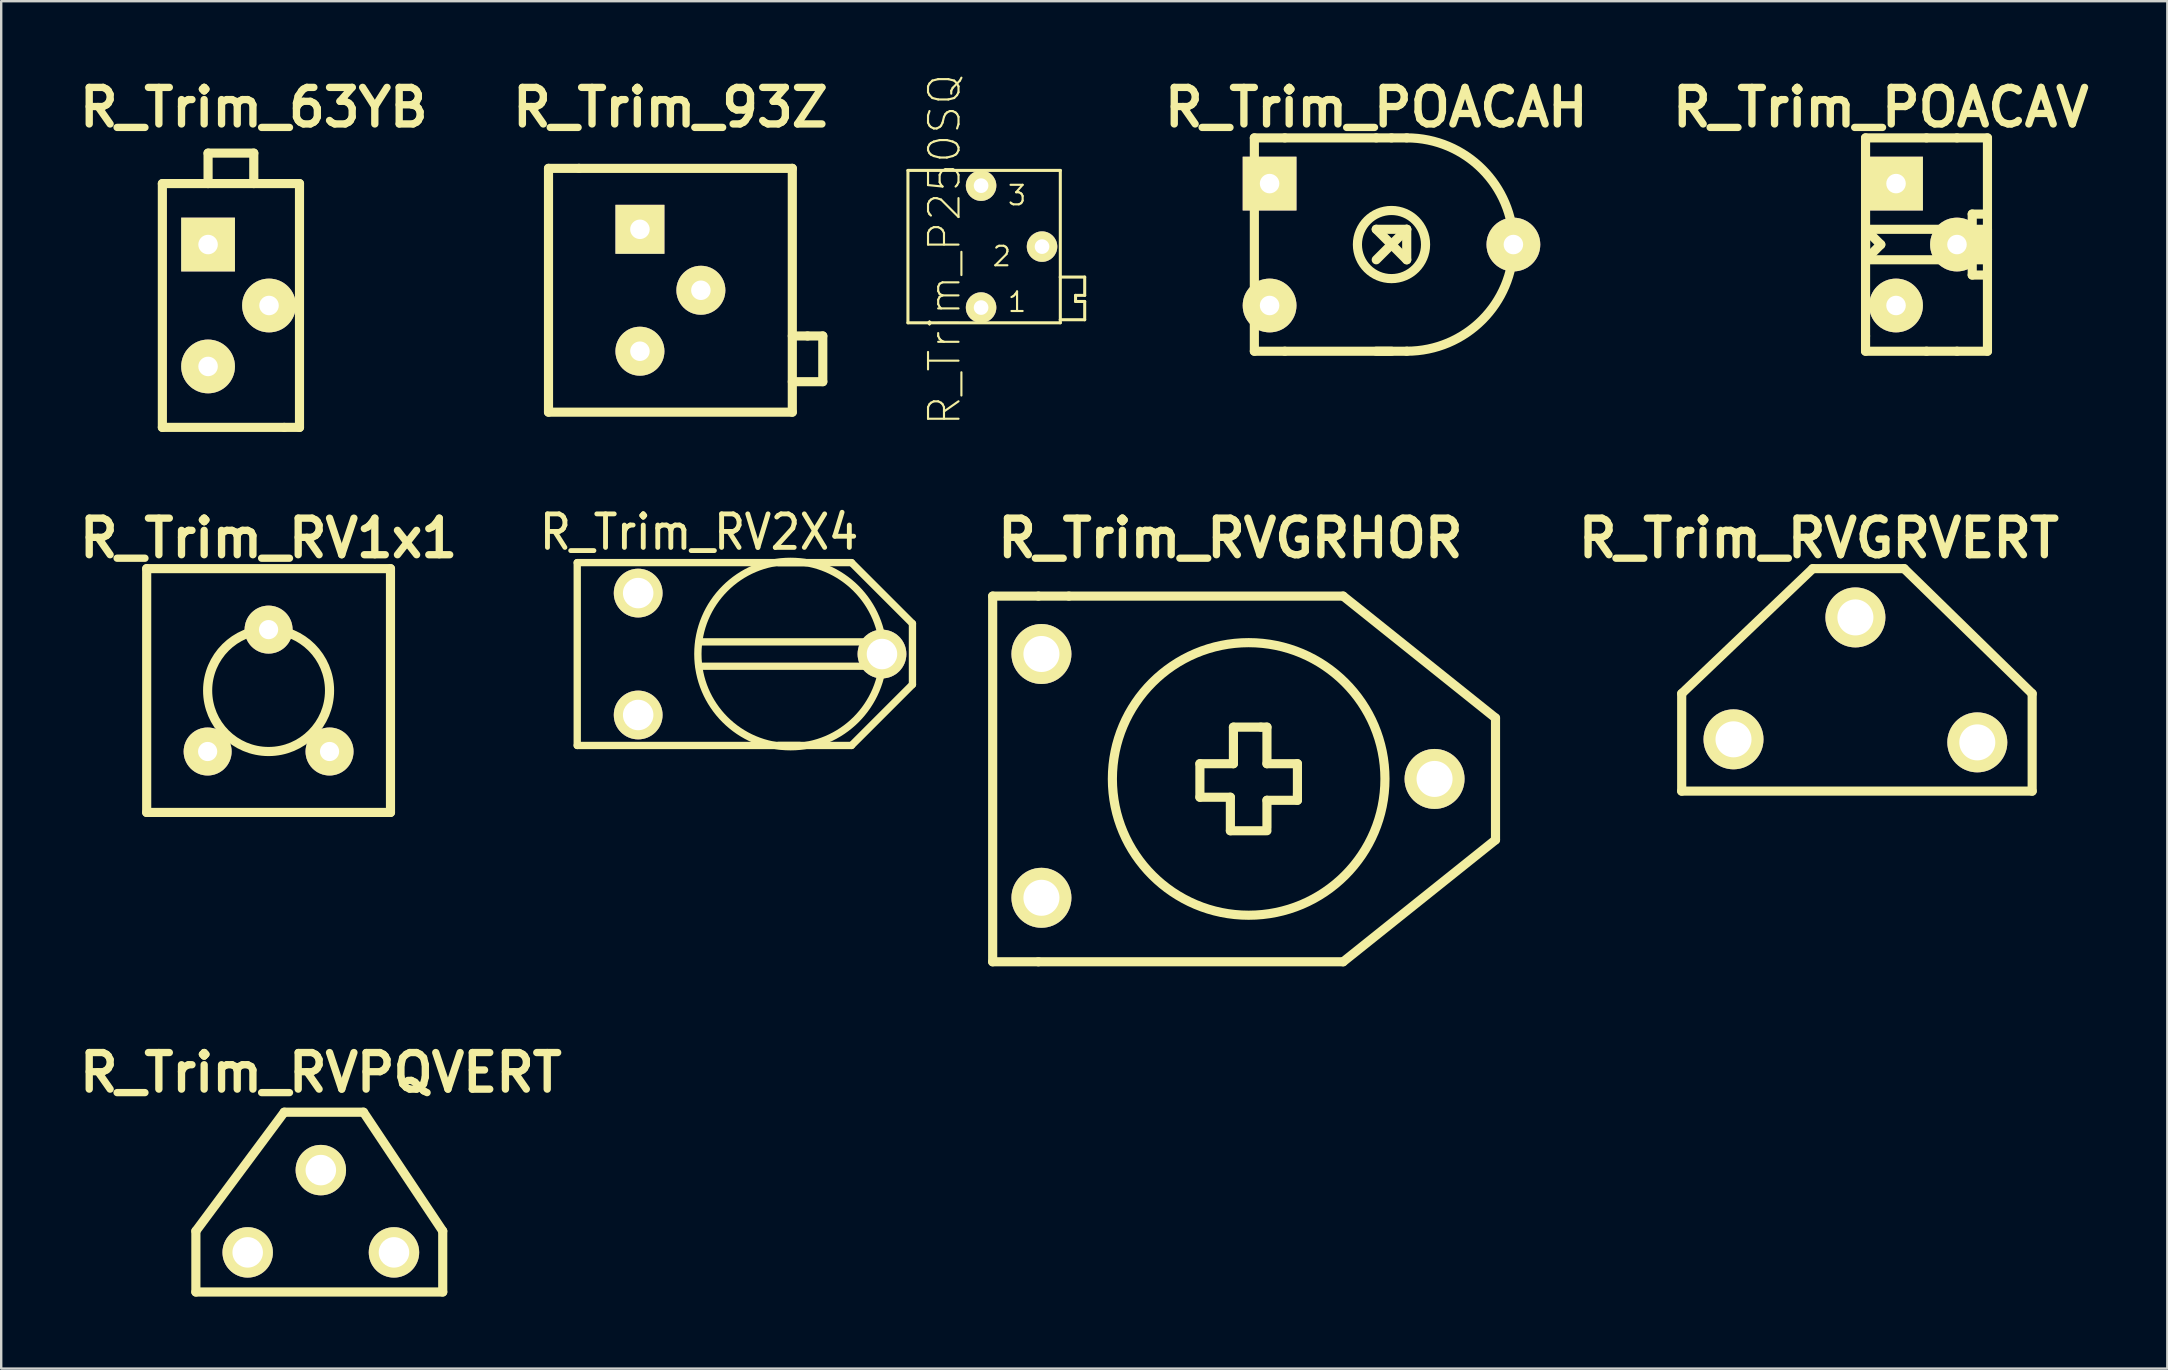
<source format=kicad_pcb>
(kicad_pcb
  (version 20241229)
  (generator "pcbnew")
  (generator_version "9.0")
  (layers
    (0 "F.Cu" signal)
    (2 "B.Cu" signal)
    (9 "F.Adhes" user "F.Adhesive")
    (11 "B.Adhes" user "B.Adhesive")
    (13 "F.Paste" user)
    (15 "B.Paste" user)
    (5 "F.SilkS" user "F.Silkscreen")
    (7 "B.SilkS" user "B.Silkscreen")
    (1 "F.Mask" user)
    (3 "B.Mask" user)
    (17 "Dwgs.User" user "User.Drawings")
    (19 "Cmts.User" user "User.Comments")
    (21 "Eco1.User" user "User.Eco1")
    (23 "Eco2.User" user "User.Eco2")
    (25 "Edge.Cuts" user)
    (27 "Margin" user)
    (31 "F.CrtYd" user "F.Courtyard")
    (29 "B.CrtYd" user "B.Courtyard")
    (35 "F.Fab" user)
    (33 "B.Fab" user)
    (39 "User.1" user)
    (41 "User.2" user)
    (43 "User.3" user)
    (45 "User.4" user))
  (footprint "R_Trim_RVPQVERT"
    (layer "F.Cu")
    (at 10.32 47.998)
    (property "Reference" "R_Trim_RVPQVERT" (at 0 -6.35 0) (layer "F.SilkS") (effects (font (size 1.524 1.524) (thickness 0.305))))
    (attr through_hole)
    (fp_line (start -5.207 0.254) (end -5.207 2.794) (stroke (width 0.381) (type solid)) (layer "F.SilkS"))
    (fp_line (start -5.207 2.794) (end 5.08 2.794) (stroke (width 0.381) (type solid)) (layer "F.SilkS"))
    (fp_line (start -1.524 -4.699) (end -5.207 0.254) (stroke (width 0.381) (type solid)) (layer "F.SilkS"))
    (fp_line (start 1.778 -4.699) (end -1.524 -4.699) (stroke (width 0.381) (type solid)) (layer "F.SilkS"))
    (fp_line (start 5.08 0.254) (end 1.778 -4.699) (stroke (width 0.381) (type solid)) (layer "F.SilkS"))
    (fp_line (start 5.08 2.794) (end 5.08 0.254) (stroke (width 0.381) (type solid)) (layer "F.SilkS"))
    (pad "1" thru_hole circle (at -3.048 1.143) (size 2.101 2.101) (drill 1.27) (layers "*.Cu" "*.Mask" "F.SilkS"))
    (pad "2" thru_hole circle (at 0 -2.286) (size 2.101 2.101) (drill 1.27) (layers "*.Cu" "*.Mask" "F.SilkS"))
    (pad "3" thru_hole circle (at 3.048 1.143) (size 2.101 2.101) (drill 1.27) (layers "*.Cu" "*.Mask" "F.SilkS")))
  (footprint "R_Trim_POACAH"
    (layer "F.Cu")
    (at 54.938 7.141)
    (property "Reference" "R_Trim_POACAH" (at -0.635 -5.715 0) (layer "F.SilkS") (effects (font (size 1.524 1.524) (thickness 0.305))))
    (attr through_hole)
    (fp_line (start -5.715 -4.445) (end -5.715 4.445) (stroke (width 0.381) (type solid)) (layer "F.SilkS"))
    (fp_line (start -5.715 4.445) (end -4.445 4.445) (stroke (width 0.381) (type solid)) (layer "F.SilkS"))
    (fp_line (start -4.445 -4.445) (end -5.715 -4.445) (stroke (width 0.381) (type solid)) (layer "F.SilkS"))
    (fp_line (start -4.445 -4.445) (end -0.635 -4.445) (stroke (width 0.381) (type solid)) (layer "F.SilkS"))
    (fp_line (start -4.445 4.445) (end 0 4.445) (stroke (width 0.381) (type solid)) (layer "F.SilkS"))
    (fp_line (start -0.635 -4.445) (end 0 -4.445) (stroke (width 0.381) (type solid)) (layer "F.SilkS"))
    (fp_line (start -0.635 -0.635) (end 0.635 -0.635) (stroke (width 0.381) (type solid)) (layer "F.SilkS"))
    (fp_line (start -0.635 -0.635) (end 0.635 0.635) (stroke (width 0.381) (type solid)) (layer "F.SilkS"))
    (fp_line (start -0.635 0.635) (end 0.635 -0.635) (stroke (width 0.381) (type solid)) (layer "F.SilkS"))
    (fp_line (start 0.635 -4.445) (end 0 -4.445) (stroke (width 0.381) (type solid)) (layer "F.SilkS"))
    (fp_line (start 0.635 -0.635) (end 0.635 0.635) (stroke (width 0.381) (type solid)) (layer "F.SilkS"))
    (fp_line (start 0.635 4.445) (end -0.635 4.445) (stroke (width 0.381) (type solid)) (layer "F.SilkS"))
    (fp_arc (start 0.635 -4.445) (mid 3.77809 -3.14309) (end 5.08 0) (stroke (width 0.381) (type solid)) (layer "F.SilkS"))
    (fp_arc (start 5.08 0) (mid 3.77809 3.14309) (end 0.635 4.445) (stroke (width 0.381) (type solid)) (layer "F.SilkS"))
    (fp_circle (center 0 0) (end 1.27 -0.635) (stroke (width 0.381) (type solid)) (fill no) (layer "F.SilkS"))
    (pad "1" thru_hole rect (at -5.08 -2.54) (size 2.24 2.24) (drill 0.813) (layers "*.Cu" "*.Mask" "F.SilkS"))
    (pad "2" thru_hole circle (at 5.08 0) (size 2.24 2.24) (drill 0.813) (layers "*.Cu" "*.Mask" "F.SilkS"))
    (pad "3" thru_hole circle (at -5.08 2.54) (size 2.24 2.24) (drill 0.813) (layers "*.Cu" "*.Mask" "F.SilkS")))
  (footprint "R_Trim_RV1x1"
    (layer "F.Cu")
    (at 8.143 25.728)
    (property "Reference" "R_Trim_RV1x1" (at 0 -6.35 0) (layer "F.SilkS") (effects (font (size 1.524 1.524) (thickness 0.305))))
    (attr through_hole)
    (fp_line (start -5.08 -5.08) (end -5.08 5.08) (stroke (width 0.381) (type solid)) (layer "F.SilkS"))
    (fp_line (start -5.08 5.08) (end 5.08 5.08) (stroke (width 0.381) (type solid)) (layer "F.SilkS"))
    (fp_line (start 5.08 -5.08) (end -5.08 -5.08) (stroke (width 0.381) (type solid)) (layer "F.SilkS"))
    (fp_line (start 5.08 5.08) (end 5.08 -5.08) (stroke (width 0.381) (type solid)) (layer "F.SilkS"))
    (fp_circle (center 0 0) (end 2.54 0) (stroke (width 0.381) (type solid)) (fill no) (layer "F.SilkS"))
    (pad "1" thru_hole circle (at -2.54 2.54) (size 1.999 1.999) (drill 0.8) (layers "*.Cu" "*.Mask" "F.SilkS"))
    (pad "2" thru_hole circle (at 0 -2.54) (size 1.999 1.999) (drill 0.8) (layers "*.Cu" "*.Mask" "F.SilkS"))
    (pad "3" thru_hole circle (at 2.54 2.54) (size 1.999 1.999) (drill 0.8) (layers "*.Cu" "*.Mask" "F.SilkS")))
  (footprint "R_Trim_RVGRVERT"
    (layer "F.Cu")
    (at 74.271 26.236)
    (property "Reference" "R_Trim_RVGRVERT" (at -1.524 -6.858 0) (layer "F.SilkS") (effects (font (size 1.524 1.524) (thickness 0.305))))
    (attr through_hole)
    (fp_line (start -7.239 -0.381) (end -7.239 3.683) (stroke (width 0.381) (type solid)) (layer "F.SilkS"))
    (fp_line (start -7.239 -0.381) (end -1.778 -5.588) (stroke (width 0.381) (type solid)) (layer "F.SilkS"))
    (fp_line (start -7.239 3.683) (end 7.366 3.683) (stroke (width 0.381) (type solid)) (layer "F.SilkS"))
    (fp_line (start 2.032 -5.588) (end -1.778 -5.588) (stroke (width 0.381) (type solid)) (layer "F.SilkS"))
    (fp_line (start 7.366 -0.381) (end 2.032 -5.588) (stroke (width 0.381) (type solid)) (layer "F.SilkS"))
    (fp_line (start 7.366 3.683) (end 7.366 -0.381) (stroke (width 0.381) (type solid)) (layer "F.SilkS"))
    (pad "1" thru_hole circle (at -5.08 1.524) (size 2.499 2.499) (drill 1.501) (layers "*.Cu" "*.Mask" "F.SilkS"))
    (pad "2" thru_hole circle (at 0 -3.556) (size 2.499 2.499) (drill 1.501) (layers "*.Cu" "*.Mask" "F.SilkS"))
    (pad "3" thru_hole circle (at 5.08 1.651) (size 2.499 2.499) (drill 1.501) (layers "*.Cu" "*.Mask" "F.SilkS")))
  (footprint "R_Trim_RV2X4"
    (layer "F.Cu")
    (at 28.625 24.206)
    (property "Reference" "R_Trim_RV2X4" (at -2.54 -5.08 0) (layer "F.SilkS") (effects (font (size 1.397 1.27) (thickness 0.203))))
    (attr through_hole)
    (fp_line (start -7.62 -3.81) (end 3.81 -3.81) (stroke (width 0.305) (type solid)) (layer "F.SilkS"))
    (fp_line (start -7.62 3.81) (end -7.62 -3.81) (stroke (width 0.305) (type solid)) (layer "F.SilkS"))
    (fp_line (start -2.54 -0.508) (end 4.953 -0.508) (stroke (width 0.305) (type solid)) (layer "F.SilkS"))
    (fp_line (start -2.54 0.508) (end 4.953 0.508) (stroke (width 0.305) (type solid)) (layer "F.SilkS"))
    (fp_line (start 0.762 -3.81) (end 1.905 -3.81) (stroke (width 0.305) (type solid)) (layer "F.SilkS"))
    (fp_line (start 1.651 3.81) (end 0.762 3.81) (stroke (width 0.305) (type solid)) (layer "F.SilkS"))
    (fp_line (start 3.81 -3.81) (end 6.35 -1.27) (stroke (width 0.305) (type solid)) (layer "F.SilkS"))
    (fp_line (start 3.81 3.81) (end -7.62 3.81) (stroke (width 0.305) (type solid)) (layer "F.SilkS"))
    (fp_line (start 6.35 -1.27) (end 6.35 1.27) (stroke (width 0.305) (type solid)) (layer "F.SilkS"))
    (fp_line (start 6.35 1.27) (end 3.81 3.81) (stroke (width 0.305) (type solid)) (layer "F.SilkS"))
    (fp_circle (center 1.27 0) (end -2.54 -0.635) (stroke (width 0.305) (type solid)) (fill no) (layer "F.SilkS"))
    (pad "1" thru_hole circle (at -5.08 -2.54) (size 2.032 2.032) (drill 1.27) (layers "*.Cu" "*.Mask" "F.SilkS"))
    (pad "2" thru_hole circle (at 5.08 0) (size 2.032 2.032) (drill 1.27) (layers "*.Cu" "*.Mask" "F.SilkS"))
    (pad "3" thru_hole circle (at -5.08 2.54) (size 2.032 2.032) (drill 1.27) (layers "*.Cu" "*.Mask" "F.SilkS")))
  (footprint "R_Trim_POACAV"
    (layer "F.Cu")
    (at 75.964 7.141)
    (property "Reference" "R_Trim_POACAV" (at -0.635 -5.715 0) (layer "F.SilkS") (effects (font (size 1.524 1.524) (thickness 0.305))))
    (attr through_hole)
    (fp_line (start -1.27 -4.445) (end 1.27 -4.445) (stroke (width 0.381) (type solid)) (layer "F.SilkS"))
    (fp_line (start -1.27 -2.54) (end -1.27 -4.445) (stroke (width 0.381) (type solid)) (layer "F.SilkS"))
    (fp_line (start -1.27 -2.54) (end -1.27 3.81) (stroke (width 0.381) (type solid)) (layer "F.SilkS"))
    (fp_line (start -1.27 -0.635) (end -1.27 0.635) (stroke (width 0.381) (type solid)) (layer "F.SilkS"))
    (fp_line (start -1.27 -0.635) (end -0.635 0) (stroke (width 0.381) (type solid)) (layer "F.SilkS"))
    (fp_line (start -1.27 0.635) (end 3.175 0.635) (stroke (width 0.381) (type solid)) (layer "F.SilkS"))
    (fp_line (start -1.27 3.81) (end -1.27 4.445) (stroke (width 0.381) (type solid)) (layer "F.SilkS"))
    (fp_line (start -0.635 0) (end -1.27 0.635) (stroke (width 0.381) (type solid)) (layer "F.SilkS"))
    (fp_line (start 1.27 -4.445) (end 2.54 -4.445) (stroke (width 0.381) (type solid)) (layer "F.SilkS"))
    (fp_line (start 1.27 4.445) (end -1.27 4.445) (stroke (width 0.381) (type solid)) (layer "F.SilkS"))
    (fp_line (start 2.54 -4.445) (end 3.81 -4.445) (stroke (width 0.381) (type solid)) (layer "F.SilkS"))
    (fp_line (start 2.54 4.445) (end 1.27 4.445) (stroke (width 0.381) (type solid)) (layer "F.SilkS"))
    (fp_line (start 2.54 4.445) (end 3.81 4.445) (stroke (width 0.381) (type solid)) (layer "F.SilkS"))
    (fp_line (start 3.175 -1.27) (end 3.175 1.27) (stroke (width 0.381) (type solid)) (layer "F.SilkS"))
    (fp_line (start 3.175 -1.27) (end 3.81 -1.27) (stroke (width 0.381) (type solid)) (layer "F.SilkS"))
    (fp_line (start 3.175 -0.635) (end -1.27 -0.635) (stroke (width 0.381) (type solid)) (layer "F.SilkS"))
    (fp_line (start 3.175 -0.635) (end 3.81 -0.635) (stroke (width 0.381) (type solid)) (layer "F.SilkS"))
    (fp_line (start 3.175 0) (end 3.81 0.635) (stroke (width 0.381) (type solid)) (layer "F.SilkS"))
    (fp_line (start 3.81 -4.445) (end 3.81 4.445) (stroke (width 0.381) (type solid)) (layer "F.SilkS"))
    (fp_line (start 3.81 -0.635) (end 3.175 0) (stroke (width 0.381) (type solid)) (layer "F.SilkS"))
    (fp_line (start 3.81 -0.635) (end 3.81 0.635) (stroke (width 0.381) (type solid)) (layer "F.SilkS"))
    (fp_line (start 3.81 0.635) (end 3.175 0.635) (stroke (width 0.381) (type solid)) (layer "F.SilkS"))
    (fp_line (start 3.81 1.27) (end 3.175 1.27) (stroke (width 0.381) (type solid)) (layer "F.SilkS"))
    (pad "1" thru_hole rect (at 0 -2.54) (size 2.24 2.24) (drill 0.813) (layers "*.Cu" "*.Mask" "F.SilkS"))
    (pad "2" thru_hole circle (at 2.54 0) (size 2.24 2.24) (drill 0.813) (layers "*.Cu" "*.Mask" "F.SilkS"))
    (pad "3" thru_hole circle (at 0 2.54) (size 2.24 2.24) (drill 0.813) (layers "*.Cu" "*.Mask" "F.SilkS")))
  (footprint "R_Trim_63YB"
    (layer "F.Cu")
    (at 5.621 9.681)
    (property "Reference" "R_Trim_63YB" (at 1.905 -8.255 0) (layer "F.SilkS") (effects (font (size 1.524 1.524) (thickness 0.305))))
    (attr through_hole)
    (fp_line (start -1.905 -5.08) (end -1.905 5.08) (stroke (width 0.381) (type solid)) (layer "F.SilkS"))
    (fp_line (start -1.905 5.08) (end 3.175 5.08) (stroke (width 0.381) (type solid)) (layer "F.SilkS"))
    (fp_line (start 0 -6.35) (end 1.905 -6.35) (stroke (width 0.381) (type solid)) (layer "F.SilkS"))
    (fp_line (start 0 -5.08) (end 0 -6.35) (stroke (width 0.381) (type solid)) (layer "F.SilkS"))
    (fp_line (start 1.905 -6.35) (end 1.905 -5.08) (stroke (width 0.381) (type solid)) (layer "F.SilkS"))
    (fp_line (start 3.175 5.08) (end 3.81 5.08) (stroke (width 0.381) (type solid)) (layer "F.SilkS"))
    (fp_line (start 3.81 -5.08) (end -1.905 -5.08) (stroke (width 0.381) (type solid)) (layer "F.SilkS"))
    (fp_line (start 3.81 5.08) (end 3.81 -5.08) (stroke (width 0.381) (type solid)) (layer "F.SilkS"))
    (pad "1" thru_hole rect (at 0 -2.54) (size 2.24 2.24) (drill 0.813) (layers "*.Cu" "*.Mask" "F.SilkS"))
    (pad "2" thru_hole circle (at 2.54 0) (size 2.24 2.24) (drill 0.813) (layers "*.Cu" "*.Mask" "F.SilkS"))
    (pad "3" thru_hole circle (at 0 2.54) (size 2.24 2.24) (drill 0.813) (layers "*.Cu" "*.Mask" "F.SilkS")))
  (footprint "R_Trim_P250SQ"
    (layer "F.Cu")
    (at 40.375 7.227)
    (property "Reference" "R_Trim_P250SQ" (at -4.064 0.127 90) (layer "F.SilkS") (effects (font (size 1.27 1.27) (thickness 0.089))))
    (attr exclude_from_pos_files exclude_from_bom)
    (fp_line (start -5.588 -3.175) (end -5.588 3.175) (stroke (width 0.127) (type solid)) (layer "F.SilkS"))
    (fp_line (start -5.588 3.175) (end 0.762 3.175) (stroke (width 0.127) (type solid)) (layer "F.SilkS"))
    (fp_line (start 0.762 -3.175) (end -5.588 -3.175) (stroke (width 0.127) (type solid)) (layer "F.SilkS"))
    (fp_line (start 0.762 1.27) (end 0.762 -3.175) (stroke (width 0.127) (type solid)) (layer "F.SilkS"))
    (fp_line (start 0.762 3.048) (end 0.762 1.27) (stroke (width 0.127) (type solid)) (layer "F.SilkS"))
    (fp_line (start 0.762 3.048) (end 1.778 3.048) (stroke (width 0.127) (type solid)) (layer "F.SilkS"))
    (fp_line (start 0.762 3.175) (end 0.762 3.048) (stroke (width 0.127) (type solid)) (layer "F.SilkS"))
    (fp_line (start 1.397 2.032) (end 1.778 2.032) (stroke (width 0.127) (type solid)) (layer "F.SilkS"))
    (fp_line (start 1.397 2.286) (end 1.397 2.032) (stroke (width 0.127) (type solid)) (layer "F.SilkS"))
    (fp_line (start 1.778 1.27) (end 0.762 1.27) (stroke (width 0.127) (type solid)) (layer "F.SilkS"))
    (fp_line (start 1.778 2.032) (end 1.778 1.27) (stroke (width 0.127) (type solid)) (layer "F.SilkS"))
    (fp_line (start 1.778 2.286) (end 1.397 2.286) (stroke (width 0.127) (type solid)) (layer "F.SilkS"))
    (fp_line (start 1.778 3.048) (end 1.778 2.286) (stroke (width 0.127) (type solid)) (layer "F.SilkS"))
    (fp_text user "2" (at -1.676 0.406 0) (layer "F.SilkS") (effects (font (size 0.813 0.813) (thickness 0.089))))
    (fp_text user "1" (at -1.041 2.311 0) (layer "F.SilkS") (effects (font (size 0.813 0.813) (thickness 0.089))))
    (fp_text user "3" (at -1.041 -2.134 0) (layer "F.SilkS") (effects (font (size 0.813 0.813) (thickness 0.089))))
    (pad "1" thru_hole circle (at -2.54 2.54) (size 1.27 1.27) (drill 0.61) (layers "*.Cu" "F.Mask" "F.SilkS" "F.Paste"))
    (pad "2" thru_hole circle (at 0 0) (size 1.27 1.27) (drill 0.61) (layers "*.Cu" "F.Mask" "F.SilkS" "F.Paste"))
    (pad "3" thru_hole circle (at -2.54 -2.54) (size 1.27 1.27) (drill 0.61) (layers "*.Cu" "F.Mask" "F.SilkS" "F.Paste")))
  (footprint "R_Trim_93Z"
    (layer "F.Cu")
    (at 24.888 9.046)
    (property "Reference" "R_Trim_93Z" (at 0 -7.62 0) (layer "F.SilkS") (effects (font (size 1.524 1.524) (thickness 0.305))))
    (attr through_hole)
    (fp_line (start -5.08 -5.08) (end -3.81 -5.08) (stroke (width 0.381) (type solid)) (layer "F.SilkS"))
    (fp_line (start -5.08 5.08) (end -5.08 -5.08) (stroke (width 0.381) (type solid)) (layer "F.SilkS"))
    (fp_line (start -3.81 -5.08) (end 5.08 -5.08) (stroke (width 0.381) (type solid)) (layer "F.SilkS"))
    (fp_line (start 5.08 -5.08) (end 5.08 5.08) (stroke (width 0.381) (type solid)) (layer "F.SilkS"))
    (fp_line (start 5.08 5.08) (end -5.08 5.08) (stroke (width 0.381) (type solid)) (layer "F.SilkS"))
    (fp_line (start 5.715 1.905) (end 5.08 1.905) (stroke (width 0.381) (type solid)) (layer "F.SilkS"))
    (fp_line (start 5.715 1.905) (end 6.35 1.905) (stroke (width 0.381) (type solid)) (layer "F.SilkS"))
    (fp_line (start 6.35 1.905) (end 6.35 3.81) (stroke (width 0.381) (type solid)) (layer "F.SilkS"))
    (fp_line (start 6.35 3.81) (end 5.08 3.81) (stroke (width 0.381) (type solid)) (layer "F.SilkS"))
    (pad "1" thru_hole rect (at -1.27 -2.54) (size 2.04 2.04) (drill 0.813) (layers "*.Cu" "*.Mask" "F.SilkS"))
    (pad "2" thru_hole circle (at 1.27 0) (size 2.04 2.04) (drill 0.813) (layers "*.Cu" "*.Mask" "F.SilkS"))
    (pad "3" thru_hole circle (at -1.27 2.54) (size 2.04 2.04) (drill 0.813) (layers "*.Cu" "*.Mask" "F.SilkS")))
  (footprint "R_Trim_RVGRHOR"
    (layer "F.Cu")
    (at 48.986 29.538)
    (property "Reference" "R_Trim_RVGRHOR" (at -0.762 -10.16 0) (layer "F.SilkS") (effects (font (size 1.524 1.524) (thickness 0.305))))
    (attr through_hole)
    (fp_line (start -10.668 -7.747) (end -10.668 7.493) (stroke (width 0.381) (type solid)) (layer "F.SilkS"))
    (fp_line (start -10.668 7.493) (end -8.763 7.493) (stroke (width 0.381) (type solid)) (layer "F.SilkS"))
    (fp_line (start -8.763 -7.747) (end -10.668 -7.747) (stroke (width 0.381) (type solid)) (layer "F.SilkS"))
    (fp_line (start -8.763 7.493) (end 3.937 7.493) (stroke (width 0.381) (type solid)) (layer "F.SilkS"))
    (fp_line (start -7.493 -7.747) (end -8.763 -7.747) (stroke (width 0.381) (type solid)) (layer "F.SilkS"))
    (fp_line (start -2.032 -0.762) (end -0.635 -0.762) (stroke (width 0.381) (type solid)) (layer "F.SilkS"))
    (fp_line (start -2.032 0.635) (end -2.032 -0.762) (stroke (width 0.381) (type solid)) (layer "F.SilkS"))
    (fp_line (start -0.762 0.635) (end -2.032 0.635) (stroke (width 0.381) (type solid)) (layer "F.SilkS"))
    (fp_line (start -0.762 2.032) (end -0.762 0.635) (stroke (width 0.381) (type solid)) (layer "F.SilkS"))
    (fp_line (start -0.635 -2.286) (end 0.508 -2.286) (stroke (width 0.381) (type solid)) (layer "F.SilkS"))
    (fp_line (start -0.635 -0.762) (end -0.635 -2.286) (stroke (width 0.381) (type solid)) (layer "F.SilkS"))
    (fp_line (start 0.508 -2.286) (end 0.762 -2.286) (stroke (width 0.381) (type solid)) (layer "F.SilkS"))
    (fp_line (start 0.762 -2.286) (end 0.762 -0.762) (stroke (width 0.381) (type solid)) (layer "F.SilkS"))
    (fp_line (start 0.762 -0.762) (end 2.032 -0.762) (stroke (width 0.381) (type solid)) (layer "F.SilkS"))
    (fp_line (start 0.762 0.762) (end 0.762 1.905) (stroke (width 0.381) (type solid)) (layer "F.SilkS"))
    (fp_line (start 0.762 2.032) (end -0.762 2.032) (stroke (width 0.381) (type solid)) (layer "F.SilkS"))
    (fp_line (start 2.032 -0.762) (end 2.032 0.508) (stroke (width 0.381) (type solid)) (layer "F.SilkS"))
    (fp_line (start 2.032 0.508) (end 2.032 0.762) (stroke (width 0.381) (type solid)) (layer "F.SilkS"))
    (fp_line (start 2.032 0.762) (end 0.762 0.762) (stroke (width 0.381) (type solid)) (layer "F.SilkS"))
    (fp_line (start 3.937 -7.747) (end -7.493 -7.747) (stroke (width 0.381) (type solid)) (layer "F.SilkS"))
    (fp_line (start 3.937 7.493) (end 10.287 2.413) (stroke (width 0.381) (type solid)) (layer "F.SilkS"))
    (fp_line (start 10.287 -2.667) (end 3.937 -7.747) (stroke (width 0.381) (type solid)) (layer "F.SilkS"))
    (fp_line (start 10.287 2.413) (end 10.287 -2.667) (stroke (width 0.381) (type solid)) (layer "F.SilkS"))
    (fp_circle (center 0 -0.127) (end -2.54 4.953) (stroke (width 0.381) (type solid)) (fill no) (layer "F.SilkS"))
    (pad "1" thru_hole circle (at -8.636 -5.334 270) (size 2.499 2.499) (drill 1.501) (layers "*.Cu" "*.Mask" "F.SilkS"))
    (pad "2" thru_hole circle (at 7.747 -0.127 270) (size 2.499 2.499) (drill 1.501) (layers "*.Cu" "*.Mask" "F.SilkS"))
    (pad "3" thru_hole circle (at -8.636 4.826 270) (size 2.499 2.499) (drill 1.501) (layers "*.Cu" "*.Mask" "F.SilkS")))
  (gr_rect
    (start -3 -3)
    (end 87.27 53.983)
    (stroke (width 0.1) (type default))
    (fill no)
    (layer "Edge.Cuts")))
</source>
